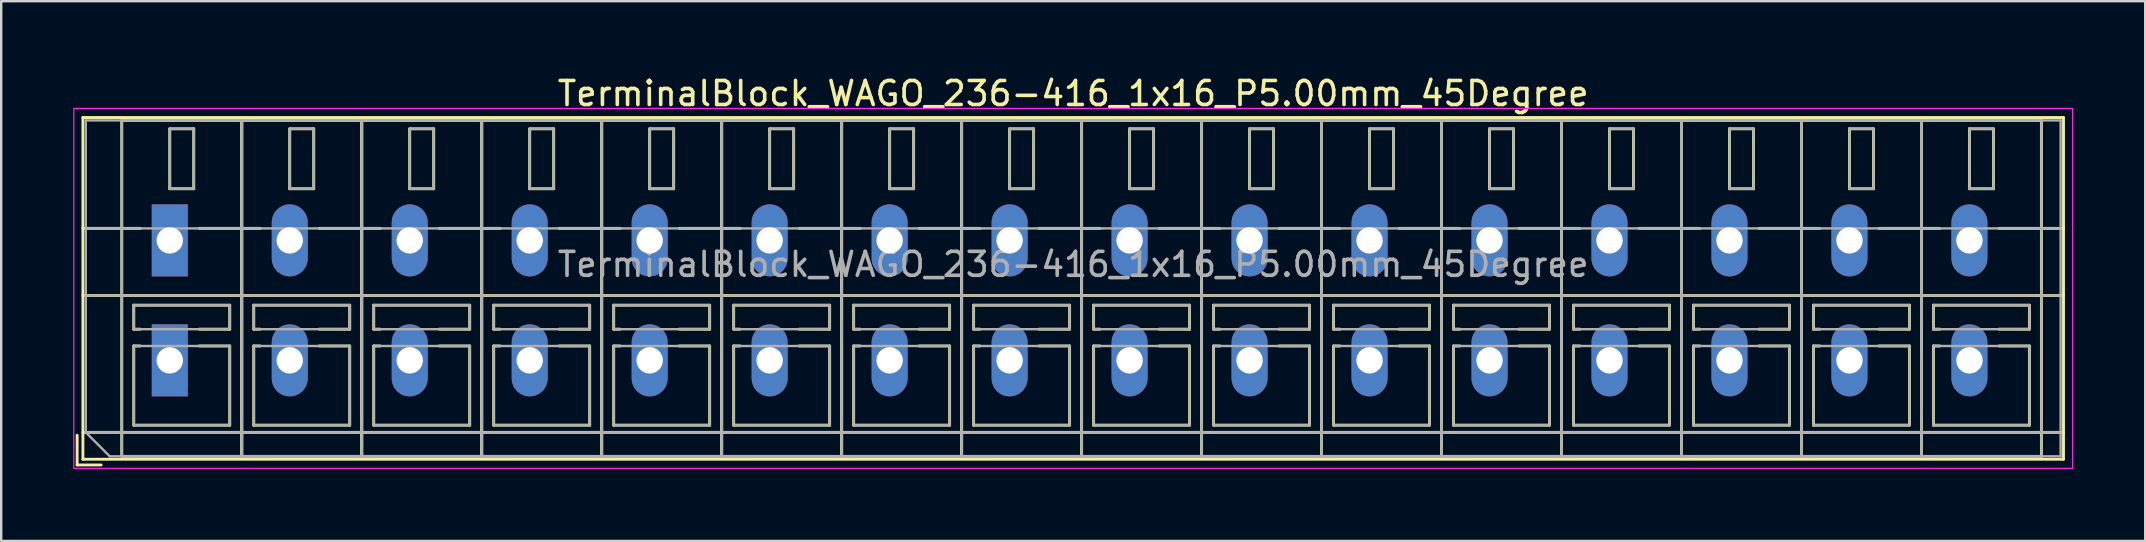
<source format=kicad_pcb>
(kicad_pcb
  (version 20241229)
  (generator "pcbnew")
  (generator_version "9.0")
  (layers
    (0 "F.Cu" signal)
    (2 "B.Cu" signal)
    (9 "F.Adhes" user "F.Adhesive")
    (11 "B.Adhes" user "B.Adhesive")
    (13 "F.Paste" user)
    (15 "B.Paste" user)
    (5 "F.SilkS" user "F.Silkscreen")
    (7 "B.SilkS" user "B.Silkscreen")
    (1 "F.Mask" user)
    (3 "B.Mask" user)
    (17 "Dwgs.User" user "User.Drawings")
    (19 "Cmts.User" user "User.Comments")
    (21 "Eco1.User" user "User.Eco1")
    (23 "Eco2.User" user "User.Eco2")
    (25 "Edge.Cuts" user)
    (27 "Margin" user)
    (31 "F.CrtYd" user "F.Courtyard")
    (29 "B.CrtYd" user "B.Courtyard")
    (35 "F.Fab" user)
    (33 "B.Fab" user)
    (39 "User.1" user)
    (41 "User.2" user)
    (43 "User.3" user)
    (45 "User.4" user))
  (footprint "TerminalBlock_WAGO_236-416_1x16_P5.00mm_45Degree"
    (layer "F.Cu")
    (at 4.025 6.968)
    (property "Reference" "TerminalBlock_WAGO_236-416_1x16_P5.00mm_45Degree" (at 37.65 -6.12 0) (layer "F.SilkS") (effects (font (size 1 1) (thickness 0.15))))
    (attr through_hole)
    (fp_line (start -3.86 8.12) (end -3.86 9.36) (stroke (width 0.12) (type solid)) (layer "F.SilkS"))
    (fp_line (start -3.86 9.36) (end -2.86 9.36) (stroke (width 0.12) (type solid)) (layer "F.SilkS"))
    (fp_line (start -3.62 -5.12) (end -3.62 9.12) (stroke (width 0.12) (type solid)) (layer "F.SilkS"))
    (fp_line (start -3.62 -5.12) (end 78.92 -5.12) (stroke (width 0.12) (type solid)) (layer "F.SilkS"))
    (fp_line (start -3.62 -0.5) (end -1.23 -0.5) (stroke (width 0.12) (type solid)) (layer "F.SilkS"))
    (fp_line (start -3.62 2.3) (end 78.92 2.3) (stroke (width 0.12) (type solid)) (layer "F.SilkS"))
    (fp_line (start -3.62 8) (end 78.92 8) (stroke (width 0.12) (type solid)) (layer "F.SilkS"))
    (fp_line (start -3.62 9.12) (end 78.92 9.12) (stroke (width 0.12) (type solid)) (layer "F.SilkS"))
    (fp_line (start -2 -5) (end -2 9) (stroke (width 0.12) (type solid)) (layer "F.SilkS"))
    (fp_line (start -2 -5) (end 3 -5) (stroke (width 0.12) (type solid)) (layer "F.SilkS"))
    (fp_line (start -2 9) (end 3 9) (stroke (width 0.12) (type solid)) (layer "F.SilkS"))
    (fp_line (start -1.5 2.7) (end -1.5 3.7) (stroke (width 0.12) (type solid)) (layer "F.SilkS"))
    (fp_line (start -1.5 2.7) (end 2.5 2.7) (stroke (width 0.12) (type solid)) (layer "F.SilkS"))
    (fp_line (start -1.5 3.7) (end -1.23 3.7) (stroke (width 0.12) (type solid)) (layer "F.SilkS"))
    (fp_line (start -1.5 4.4) (end -1.5 7.7) (stroke (width 0.12) (type solid)) (layer "F.SilkS"))
    (fp_line (start -1.5 4.4) (end -1.23 4.4) (stroke (width 0.12) (type solid)) (layer "F.SilkS"))
    (fp_line (start -1.5 7.7) (end 2.5 7.7) (stroke (width 0.12) (type solid)) (layer "F.SilkS"))
    (fp_line (start 0 -4.65) (end 0 -2.151) (stroke (width 0.12) (type solid)) (layer "F.SilkS"))
    (fp_line (start 0 -4.65) (end 1 -4.65) (stroke (width 0.12) (type solid)) (layer "F.SilkS"))
    (fp_line (start 0 -2.151) (end 1 -2.151) (stroke (width 0.12) (type solid)) (layer "F.SilkS"))
    (fp_line (start 1 -4.65) (end 1 -2.151) (stroke (width 0.12) (type solid)) (layer "F.SilkS"))
    (fp_line (start 1.23 -0.5) (end 3.77 -0.5) (stroke (width 0.12) (type solid)) (layer "F.SilkS"))
    (fp_line (start 1.23 3.7) (end 2.5 3.7) (stroke (width 0.12) (type solid)) (layer "F.SilkS"))
    (fp_line (start 1.23 4.4) (end 2.5 4.4) (stroke (width 0.12) (type solid)) (layer "F.SilkS"))
    (fp_line (start 2.5 2.7) (end 2.5 3.7) (stroke (width 0.12) (type solid)) (layer "F.SilkS"))
    (fp_line (start 2.5 4.4) (end 2.5 7.7) (stroke (width 0.12) (type solid)) (layer "F.SilkS"))
    (fp_line (start 3 -5) (end 3 9) (stroke (width 0.12) (type solid)) (layer "F.SilkS"))
    (fp_line (start 3 -5) (end 3 9) (stroke (width 0.12) (type solid)) (layer "F.SilkS"))
    (fp_line (start 3 -5) (end 8 -5) (stroke (width 0.12) (type solid)) (layer "F.SilkS"))
    (fp_line (start 3 9) (end 8 9) (stroke (width 0.12) (type solid)) (layer "F.SilkS"))
    (fp_line (start 3.5 2.7) (end 3.5 3.7) (stroke (width 0.12) (type solid)) (layer "F.SilkS"))
    (fp_line (start 3.5 2.7) (end 7.5 2.7) (stroke (width 0.12) (type solid)) (layer "F.SilkS"))
    (fp_line (start 3.5 3.7) (end 3.77 3.7) (stroke (width 0.12) (type solid)) (layer "F.SilkS"))
    (fp_line (start 3.5 4.4) (end 3.5 7.7) (stroke (width 0.12) (type solid)) (layer "F.SilkS"))
    (fp_line (start 3.5 4.4) (end 3.77 4.4) (stroke (width 0.12) (type solid)) (layer "F.SilkS"))
    (fp_line (start 3.5 7.7) (end 7.5 7.7) (stroke (width 0.12) (type solid)) (layer "F.SilkS"))
    (fp_line (start 5 -4.65) (end 5 -2.151) (stroke (width 0.12) (type solid)) (layer "F.SilkS"))
    (fp_line (start 5 -4.65) (end 6 -4.65) (stroke (width 0.12) (type solid)) (layer "F.SilkS"))
    (fp_line (start 5 -2.151) (end 6 -2.151) (stroke (width 0.12) (type solid)) (layer "F.SilkS"))
    (fp_line (start 6 -4.65) (end 6 -2.151) (stroke (width 0.12) (type solid)) (layer "F.SilkS"))
    (fp_line (start 6.23 -0.5) (end 8.77 -0.5) (stroke (width 0.12) (type solid)) (layer "F.SilkS"))
    (fp_line (start 6.23 3.7) (end 7.5 3.7) (stroke (width 0.12) (type solid)) (layer "F.SilkS"))
    (fp_line (start 6.23 4.4) (end 7.5 4.4) (stroke (width 0.12) (type solid)) (layer "F.SilkS"))
    (fp_line (start 7.5 2.7) (end 7.5 3.7) (stroke (width 0.12) (type solid)) (layer "F.SilkS"))
    (fp_line (start 7.5 4.4) (end 7.5 7.7) (stroke (width 0.12) (type solid)) (layer "F.SilkS"))
    (fp_line (start 8 -5) (end 8 9) (stroke (width 0.12) (type solid)) (layer "F.SilkS"))
    (fp_line (start 8 -5) (end 8 9) (stroke (width 0.12) (type solid)) (layer "F.SilkS"))
    (fp_line (start 8 -5) (end 13 -5) (stroke (width 0.12) (type solid)) (layer "F.SilkS"))
    (fp_line (start 8 9) (end 13 9) (stroke (width 0.12) (type solid)) (layer "F.SilkS"))
    (fp_line (start 8.5 2.7) (end 8.5 3.7) (stroke (width 0.12) (type solid)) (layer "F.SilkS"))
    (fp_line (start 8.5 2.7) (end 12.5 2.7) (stroke (width 0.12) (type solid)) (layer "F.SilkS"))
    (fp_line (start 8.5 3.7) (end 8.77 3.7) (stroke (width 0.12) (type solid)) (layer "F.SilkS"))
    (fp_line (start 8.5 4.4) (end 8.5 7.7) (stroke (width 0.12) (type solid)) (layer "F.SilkS"))
    (fp_line (start 8.5 4.4) (end 8.77 4.4) (stroke (width 0.12) (type solid)) (layer "F.SilkS"))
    (fp_line (start 8.5 7.7) (end 12.5 7.7) (stroke (width 0.12) (type solid)) (layer "F.SilkS"))
    (fp_line (start 10 -4.65) (end 10 -2.151) (stroke (width 0.12) (type solid)) (layer "F.SilkS"))
    (fp_line (start 10 -4.65) (end 11 -4.65) (stroke (width 0.12) (type solid)) (layer "F.SilkS"))
    (fp_line (start 10 -2.151) (end 11 -2.151) (stroke (width 0.12) (type solid)) (layer "F.SilkS"))
    (fp_line (start 11 -4.65) (end 11 -2.151) (stroke (width 0.12) (type solid)) (layer "F.SilkS"))
    (fp_line (start 11.23 -0.5) (end 13.77 -0.5) (stroke (width 0.12) (type solid)) (layer "F.SilkS"))
    (fp_line (start 11.23 3.7) (end 12.5 3.7) (stroke (width 0.12) (type solid)) (layer "F.SilkS"))
    (fp_line (start 11.23 4.4) (end 12.5 4.4) (stroke (width 0.12) (type solid)) (layer "F.SilkS"))
    (fp_line (start 12.5 2.7) (end 12.5 3.7) (stroke (width 0.12) (type solid)) (layer "F.SilkS"))
    (fp_line (start 12.5 4.4) (end 12.5 7.7) (stroke (width 0.12) (type solid)) (layer "F.SilkS"))
    (fp_line (start 13 -5) (end 13 9) (stroke (width 0.12) (type solid)) (layer "F.SilkS"))
    (fp_line (start 13 -5) (end 13 9) (stroke (width 0.12) (type solid)) (layer "F.SilkS"))
    (fp_line (start 13 -5) (end 18 -5) (stroke (width 0.12) (type solid)) (layer "F.SilkS"))
    (fp_line (start 13 9) (end 18 9) (stroke (width 0.12) (type solid)) (layer "F.SilkS"))
    (fp_line (start 13.5 2.7) (end 13.5 3.7) (stroke (width 0.12) (type solid)) (layer "F.SilkS"))
    (fp_line (start 13.5 2.7) (end 17.5 2.7) (stroke (width 0.12) (type solid)) (layer "F.SilkS"))
    (fp_line (start 13.5 3.7) (end 13.77 3.7) (stroke (width 0.12) (type solid)) (layer "F.SilkS"))
    (fp_line (start 13.5 4.4) (end 13.5 7.7) (stroke (width 0.12) (type solid)) (layer "F.SilkS"))
    (fp_line (start 13.5 4.4) (end 13.77 4.4) (stroke (width 0.12) (type solid)) (layer "F.SilkS"))
    (fp_line (start 13.5 7.7) (end 17.5 7.7) (stroke (width 0.12) (type solid)) (layer "F.SilkS"))
    (fp_line (start 15 -4.65) (end 15 -2.151) (stroke (width 0.12) (type solid)) (layer "F.SilkS"))
    (fp_line (start 15 -4.65) (end 16 -4.65) (stroke (width 0.12) (type solid)) (layer "F.SilkS"))
    (fp_line (start 15 -2.151) (end 16 -2.151) (stroke (width 0.12) (type solid)) (layer "F.SilkS"))
    (fp_line (start 16 -4.65) (end 16 -2.151) (stroke (width 0.12) (type solid)) (layer "F.SilkS"))
    (fp_line (start 16.23 -0.5) (end 18.77 -0.5) (stroke (width 0.12) (type solid)) (layer "F.SilkS"))
    (fp_line (start 16.23 3.7) (end 17.5 3.7) (stroke (width 0.12) (type solid)) (layer "F.SilkS"))
    (fp_line (start 16.23 4.4) (end 17.5 4.4) (stroke (width 0.12) (type solid)) (layer "F.SilkS"))
    (fp_line (start 17.5 2.7) (end 17.5 3.7) (stroke (width 0.12) (type solid)) (layer "F.SilkS"))
    (fp_line (start 17.5 4.4) (end 17.5 7.7) (stroke (width 0.12) (type solid)) (layer "F.SilkS"))
    (fp_line (start 18 -5) (end 18 9) (stroke (width 0.12) (type solid)) (layer "F.SilkS"))
    (fp_line (start 18 -5) (end 18 9) (stroke (width 0.12) (type solid)) (layer "F.SilkS"))
    (fp_line (start 18 -5) (end 23 -5) (stroke (width 0.12) (type solid)) (layer "F.SilkS"))
    (fp_line (start 18 9) (end 23 9) (stroke (width 0.12) (type solid)) (layer "F.SilkS"))
    (fp_line (start 18.5 2.7) (end 18.5 3.7) (stroke (width 0.12) (type solid)) (layer "F.SilkS"))
    (fp_line (start 18.5 2.7) (end 22.5 2.7) (stroke (width 0.12) (type solid)) (layer "F.SilkS"))
    (fp_line (start 18.5 3.7) (end 18.77 3.7) (stroke (width 0.12) (type solid)) (layer "F.SilkS"))
    (fp_line (start 18.5 4.4) (end 18.5 7.7) (stroke (width 0.12) (type solid)) (layer "F.SilkS"))
    (fp_line (start 18.5 4.4) (end 18.77 4.4) (stroke (width 0.12) (type solid)) (layer "F.SilkS"))
    (fp_line (start 18.5 7.7) (end 22.5 7.7) (stroke (width 0.12) (type solid)) (layer "F.SilkS"))
    (fp_line (start 20 -4.65) (end 20 -2.151) (stroke (width 0.12) (type solid)) (layer "F.SilkS"))
    (fp_line (start 20 -4.65) (end 21 -4.65) (stroke (width 0.12) (type solid)) (layer "F.SilkS"))
    (fp_line (start 20 -2.151) (end 21 -2.151) (stroke (width 0.12) (type solid)) (layer "F.SilkS"))
    (fp_line (start 21 -4.65) (end 21 -2.151) (stroke (width 0.12) (type solid)) (layer "F.SilkS"))
    (fp_line (start 21.23 -0.5) (end 23.77 -0.5) (stroke (width 0.12) (type solid)) (layer "F.SilkS"))
    (fp_line (start 21.23 3.7) (end 22.5 3.7) (stroke (width 0.12) (type solid)) (layer "F.SilkS"))
    (fp_line (start 21.23 4.4) (end 22.5 4.4) (stroke (width 0.12) (type solid)) (layer "F.SilkS"))
    (fp_line (start 22.5 2.7) (end 22.5 3.7) (stroke (width 0.12) (type solid)) (layer "F.SilkS"))
    (fp_line (start 22.5 4.4) (end 22.5 7.7) (stroke (width 0.12) (type solid)) (layer "F.SilkS"))
    (fp_line (start 23 -5) (end 23 9) (stroke (width 0.12) (type solid)) (layer "F.SilkS"))
    (fp_line (start 23 -5) (end 23 9) (stroke (width 0.12) (type solid)) (layer "F.SilkS"))
    (fp_line (start 23 -5) (end 28 -5) (stroke (width 0.12) (type solid)) (layer "F.SilkS"))
    (fp_line (start 23 9) (end 28 9) (stroke (width 0.12) (type solid)) (layer "F.SilkS"))
    (fp_line (start 23.5 2.7) (end 23.5 3.7) (stroke (width 0.12) (type solid)) (layer "F.SilkS"))
    (fp_line (start 23.5 2.7) (end 27.5 2.7) (stroke (width 0.12) (type solid)) (layer "F.SilkS"))
    (fp_line (start 23.5 3.7) (end 23.77 3.7) (stroke (width 0.12) (type solid)) (layer "F.SilkS"))
    (fp_line (start 23.5 4.4) (end 23.5 7.7) (stroke (width 0.12) (type solid)) (layer "F.SilkS"))
    (fp_line (start 23.5 4.4) (end 23.77 4.4) (stroke (width 0.12) (type solid)) (layer "F.SilkS"))
    (fp_line (start 23.5 7.7) (end 27.5 7.7) (stroke (width 0.12) (type solid)) (layer "F.SilkS"))
    (fp_line (start 25 -4.65) (end 25 -2.151) (stroke (width 0.12) (type solid)) (layer "F.SilkS"))
    (fp_line (start 25 -4.65) (end 26 -4.65) (stroke (width 0.12) (type solid)) (layer "F.SilkS"))
    (fp_line (start 25 -2.151) (end 26 -2.151) (stroke (width 0.12) (type solid)) (layer "F.SilkS"))
    (fp_line (start 26 -4.65) (end 26 -2.151) (stroke (width 0.12) (type solid)) (layer "F.SilkS"))
    (fp_line (start 26.23 -0.5) (end 28.77 -0.5) (stroke (width 0.12) (type solid)) (layer "F.SilkS"))
    (fp_line (start 26.23 3.7) (end 27.5 3.7) (stroke (width 0.12) (type solid)) (layer "F.SilkS"))
    (fp_line (start 26.23 4.4) (end 27.5 4.4) (stroke (width 0.12) (type solid)) (layer "F.SilkS"))
    (fp_line (start 27.5 2.7) (end 27.5 3.7) (stroke (width 0.12) (type solid)) (layer "F.SilkS"))
    (fp_line (start 27.5 4.4) (end 27.5 7.7) (stroke (width 0.12) (type solid)) (layer "F.SilkS"))
    (fp_line (start 28 -5) (end 28 9) (stroke (width 0.12) (type solid)) (layer "F.SilkS"))
    (fp_line (start 28 -5) (end 28 9) (stroke (width 0.12) (type solid)) (layer "F.SilkS"))
    (fp_line (start 28 -5) (end 33 -5) (stroke (width 0.12) (type solid)) (layer "F.SilkS"))
    (fp_line (start 28 9) (end 33 9) (stroke (width 0.12) (type solid)) (layer "F.SilkS"))
    (fp_line (start 28.5 2.7) (end 28.5 3.7) (stroke (width 0.12) (type solid)) (layer "F.SilkS"))
    (fp_line (start 28.5 2.7) (end 32.5 2.7) (stroke (width 0.12) (type solid)) (layer "F.SilkS"))
    (fp_line (start 28.5 3.7) (end 28.77 3.7) (stroke (width 0.12) (type solid)) (layer "F.SilkS"))
    (fp_line (start 28.5 4.4) (end 28.5 7.7) (stroke (width 0.12) (type solid)) (layer "F.SilkS"))
    (fp_line (start 28.5 4.4) (end 28.77 4.4) (stroke (width 0.12) (type solid)) (layer "F.SilkS"))
    (fp_line (start 28.5 7.7) (end 32.5 7.7) (stroke (width 0.12) (type solid)) (layer "F.SilkS"))
    (fp_line (start 30 -4.65) (end 30 -2.151) (stroke (width 0.12) (type solid)) (layer "F.SilkS"))
    (fp_line (start 30 -4.65) (end 31 -4.65) (stroke (width 0.12) (type solid)) (layer "F.SilkS"))
    (fp_line (start 30 -2.151) (end 31 -2.151) (stroke (width 0.12) (type solid)) (layer "F.SilkS"))
    (fp_line (start 31 -4.65) (end 31 -2.151) (stroke (width 0.12) (type solid)) (layer "F.SilkS"))
    (fp_line (start 31.23 -0.5) (end 33.77 -0.5) (stroke (width 0.12) (type solid)) (layer "F.SilkS"))
    (fp_line (start 31.23 3.7) (end 32.5 3.7) (stroke (width 0.12) (type solid)) (layer "F.SilkS"))
    (fp_line (start 31.23 4.4) (end 32.5 4.4) (stroke (width 0.12) (type solid)) (layer "F.SilkS"))
    (fp_line (start 32.5 2.7) (end 32.5 3.7) (stroke (width 0.12) (type solid)) (layer "F.SilkS"))
    (fp_line (start 32.5 4.4) (end 32.5 7.7) (stroke (width 0.12) (type solid)) (layer "F.SilkS"))
    (fp_line (start 33 -5) (end 33 9) (stroke (width 0.12) (type solid)) (layer "F.SilkS"))
    (fp_line (start 33 -5) (end 33 9) (stroke (width 0.12) (type solid)) (layer "F.SilkS"))
    (fp_line (start 33 -5) (end 38 -5) (stroke (width 0.12) (type solid)) (layer "F.SilkS"))
    (fp_line (start 33 9) (end 38 9) (stroke (width 0.12) (type solid)) (layer "F.SilkS"))
    (fp_line (start 33.5 2.7) (end 33.5 3.7) (stroke (width 0.12) (type solid)) (layer "F.SilkS"))
    (fp_line (start 33.5 2.7) (end 37.5 2.7) (stroke (width 0.12) (type solid)) (layer "F.SilkS"))
    (fp_line (start 33.5 3.7) (end 33.77 3.7) (stroke (width 0.12) (type solid)) (layer "F.SilkS"))
    (fp_line (start 33.5 4.4) (end 33.5 7.7) (stroke (width 0.12) (type solid)) (layer "F.SilkS"))
    (fp_line (start 33.5 4.4) (end 33.77 4.4) (stroke (width 0.12) (type solid)) (layer "F.SilkS"))
    (fp_line (start 33.5 7.7) (end 37.5 7.7) (stroke (width 0.12) (type solid)) (layer "F.SilkS"))
    (fp_line (start 35 -4.65) (end 35 -2.151) (stroke (width 0.12) (type solid)) (layer "F.SilkS"))
    (fp_line (start 35 -4.65) (end 36 -4.65) (stroke (width 0.12) (type solid)) (layer "F.SilkS"))
    (fp_line (start 35 -2.151) (end 36 -2.151) (stroke (width 0.12) (type solid)) (layer "F.SilkS"))
    (fp_line (start 36 -4.65) (end 36 -2.151) (stroke (width 0.12) (type solid)) (layer "F.SilkS"))
    (fp_line (start 36.23 -0.5) (end 38.77 -0.5) (stroke (width 0.12) (type solid)) (layer "F.SilkS"))
    (fp_line (start 36.23 3.7) (end 37.5 3.7) (stroke (width 0.12) (type solid)) (layer "F.SilkS"))
    (fp_line (start 36.23 4.4) (end 37.5 4.4) (stroke (width 0.12) (type solid)) (layer "F.SilkS"))
    (fp_line (start 37.5 2.7) (end 37.5 3.7) (stroke (width 0.12) (type solid)) (layer "F.SilkS"))
    (fp_line (start 37.5 4.4) (end 37.5 7.7) (stroke (width 0.12) (type solid)) (layer "F.SilkS"))
    (fp_line (start 38 -5) (end 38 9) (stroke (width 0.12) (type solid)) (layer "F.SilkS"))
    (fp_line (start 38 -5) (end 38 9) (stroke (width 0.12) (type solid)) (layer "F.SilkS"))
    (fp_line (start 38 -5) (end 43 -5) (stroke (width 0.12) (type solid)) (layer "F.SilkS"))
    (fp_line (start 38 9) (end 43 9) (stroke (width 0.12) (type solid)) (layer "F.SilkS"))
    (fp_line (start 38.5 2.7) (end 38.5 3.7) (stroke (width 0.12) (type solid)) (layer "F.SilkS"))
    (fp_line (start 38.5 2.7) (end 42.5 2.7) (stroke (width 0.12) (type solid)) (layer "F.SilkS"))
    (fp_line (start 38.5 3.7) (end 38.77 3.7) (stroke (width 0.12) (type solid)) (layer "F.SilkS"))
    (fp_line (start 38.5 4.4) (end 38.5 7.7) (stroke (width 0.12) (type solid)) (layer "F.SilkS"))
    (fp_line (start 38.5 4.4) (end 38.77 4.4) (stroke (width 0.12) (type solid)) (layer "F.SilkS"))
    (fp_line (start 38.5 7.7) (end 42.5 7.7) (stroke (width 0.12) (type solid)) (layer "F.SilkS"))
    (fp_line (start 40 -4.65) (end 40 -2.151) (stroke (width 0.12) (type solid)) (layer "F.SilkS"))
    (fp_line (start 40 -4.65) (end 41 -4.65) (stroke (width 0.12) (type solid)) (layer "F.SilkS"))
    (fp_line (start 40 -2.151) (end 41 -2.151) (stroke (width 0.12) (type solid)) (layer "F.SilkS"))
    (fp_line (start 41 -4.65) (end 41 -2.151) (stroke (width 0.12) (type solid)) (layer "F.SilkS"))
    (fp_line (start 41.23 -0.5) (end 43.77 -0.5) (stroke (width 0.12) (type solid)) (layer "F.SilkS"))
    (fp_line (start 41.23 3.7) (end 42.5 3.7) (stroke (width 0.12) (type solid)) (layer "F.SilkS"))
    (fp_line (start 41.23 4.4) (end 42.5 4.4) (stroke (width 0.12) (type solid)) (layer "F.SilkS"))
    (fp_line (start 42.5 2.7) (end 42.5 3.7) (stroke (width 0.12) (type solid)) (layer "F.SilkS"))
    (fp_line (start 42.5 4.4) (end 42.5 7.7) (stroke (width 0.12) (type solid)) (layer "F.SilkS"))
    (fp_line (start 43 -5) (end 43 9) (stroke (width 0.12) (type solid)) (layer "F.SilkS"))
    (fp_line (start 43 -5) (end 43 9) (stroke (width 0.12) (type solid)) (layer "F.SilkS"))
    (fp_line (start 43 -5) (end 48 -5) (stroke (width 0.12) (type solid)) (layer "F.SilkS"))
    (fp_line (start 43 9) (end 48 9) (stroke (width 0.12) (type solid)) (layer "F.SilkS"))
    (fp_line (start 43.5 2.7) (end 43.5 3.7) (stroke (width 0.12) (type solid)) (layer "F.SilkS"))
    (fp_line (start 43.5 2.7) (end 47.5 2.7) (stroke (width 0.12) (type solid)) (layer "F.SilkS"))
    (fp_line (start 43.5 3.7) (end 43.77 3.7) (stroke (width 0.12) (type solid)) (layer "F.SilkS"))
    (fp_line (start 43.5 4.4) (end 43.5 7.7) (stroke (width 0.12) (type solid)) (layer "F.SilkS"))
    (fp_line (start 43.5 4.4) (end 43.77 4.4) (stroke (width 0.12) (type solid)) (layer "F.SilkS"))
    (fp_line (start 43.5 7.7) (end 47.5 7.7) (stroke (width 0.12) (type solid)) (layer "F.SilkS"))
    (fp_line (start 45 -4.65) (end 45 -2.151) (stroke (width 0.12) (type solid)) (layer "F.SilkS"))
    (fp_line (start 45 -4.65) (end 46 -4.65) (stroke (width 0.12) (type solid)) (layer "F.SilkS"))
    (fp_line (start 45 -2.151) (end 46 -2.151) (stroke (width 0.12) (type solid)) (layer "F.SilkS"))
    (fp_line (start 46 -4.65) (end 46 -2.151) (stroke (width 0.12) (type solid)) (layer "F.SilkS"))
    (fp_line (start 46.23 -0.5) (end 48.77 -0.5) (stroke (width 0.12) (type solid)) (layer "F.SilkS"))
    (fp_line (start 46.23 3.7) (end 47.5 3.7) (stroke (width 0.12) (type solid)) (layer "F.SilkS"))
    (fp_line (start 46.23 4.4) (end 47.5 4.4) (stroke (width 0.12) (type solid)) (layer "F.SilkS"))
    (fp_line (start 47.5 2.7) (end 47.5 3.7) (stroke (width 0.12) (type solid)) (layer "F.SilkS"))
    (fp_line (start 47.5 4.4) (end 47.5 7.7) (stroke (width 0.12) (type solid)) (layer "F.SilkS"))
    (fp_line (start 48 -5) (end 48 9) (stroke (width 0.12) (type solid)) (layer "F.SilkS"))
    (fp_line (start 48 -5) (end 48 9) (stroke (width 0.12) (type solid)) (layer "F.SilkS"))
    (fp_line (start 48 -5) (end 53 -5) (stroke (width 0.12) (type solid)) (layer "F.SilkS"))
    (fp_line (start 48 9) (end 53 9) (stroke (width 0.12) (type solid)) (layer "F.SilkS"))
    (fp_line (start 48.5 2.7) (end 48.5 3.7) (stroke (width 0.12) (type solid)) (layer "F.SilkS"))
    (fp_line (start 48.5 2.7) (end 52.5 2.7) (stroke (width 0.12) (type solid)) (layer "F.SilkS"))
    (fp_line (start 48.5 3.7) (end 48.77 3.7) (stroke (width 0.12) (type solid)) (layer "F.SilkS"))
    (fp_line (start 48.5 4.4) (end 48.5 7.7) (stroke (width 0.12) (type solid)) (layer "F.SilkS"))
    (fp_line (start 48.5 4.4) (end 48.77 4.4) (stroke (width 0.12) (type solid)) (layer "F.SilkS"))
    (fp_line (start 48.5 7.7) (end 52.5 7.7) (stroke (width 0.12) (type solid)) (layer "F.SilkS"))
    (fp_line (start 50 -4.65) (end 50 -2.151) (stroke (width 0.12) (type solid)) (layer "F.SilkS"))
    (fp_line (start 50 -4.65) (end 51 -4.65) (stroke (width 0.12) (type solid)) (layer "F.SilkS"))
    (fp_line (start 50 -2.151) (end 51 -2.151) (stroke (width 0.12) (type solid)) (layer "F.SilkS"))
    (fp_line (start 51 -4.65) (end 51 -2.151) (stroke (width 0.12) (type solid)) (layer "F.SilkS"))
    (fp_line (start 51.23 -0.5) (end 53.77 -0.5) (stroke (width 0.12) (type solid)) (layer "F.SilkS"))
    (fp_line (start 51.23 3.7) (end 52.5 3.7) (stroke (width 0.12) (type solid)) (layer "F.SilkS"))
    (fp_line (start 51.23 4.4) (end 52.5 4.4) (stroke (width 0.12) (type solid)) (layer "F.SilkS"))
    (fp_line (start 52.5 2.7) (end 52.5 3.7) (stroke (width 0.12) (type solid)) (layer "F.SilkS"))
    (fp_line (start 52.5 4.4) (end 52.5 7.7) (stroke (width 0.12) (type solid)) (layer "F.SilkS"))
    (fp_line (start 53 -5) (end 53 9) (stroke (width 0.12) (type solid)) (layer "F.SilkS"))
    (fp_line (start 53 -5) (end 53 9) (stroke (width 0.12) (type solid)) (layer "F.SilkS"))
    (fp_line (start 53 -5) (end 58 -5) (stroke (width 0.12) (type solid)) (layer "F.SilkS"))
    (fp_line (start 53 9) (end 58 9) (stroke (width 0.12) (type solid)) (layer "F.SilkS"))
    (fp_line (start 53.5 2.7) (end 53.5 3.7) (stroke (width 0.12) (type solid)) (layer "F.SilkS"))
    (fp_line (start 53.5 2.7) (end 57.5 2.7) (stroke (width 0.12) (type solid)) (layer "F.SilkS"))
    (fp_line (start 53.5 3.7) (end 53.77 3.7) (stroke (width 0.12) (type solid)) (layer "F.SilkS"))
    (fp_line (start 53.5 4.4) (end 53.5 7.7) (stroke (width 0.12) (type solid)) (layer "F.SilkS"))
    (fp_line (start 53.5 4.4) (end 53.77 4.4) (stroke (width 0.12) (type solid)) (layer "F.SilkS"))
    (fp_line (start 53.5 7.7) (end 57.5 7.7) (stroke (width 0.12) (type solid)) (layer "F.SilkS"))
    (fp_line (start 55 -4.65) (end 55 -2.151) (stroke (width 0.12) (type solid)) (layer "F.SilkS"))
    (fp_line (start 55 -4.65) (end 56 -4.65) (stroke (width 0.12) (type solid)) (layer "F.SilkS"))
    (fp_line (start 55 -2.151) (end 56 -2.151) (stroke (width 0.12) (type solid)) (layer "F.SilkS"))
    (fp_line (start 56 -4.65) (end 56 -2.151) (stroke (width 0.12) (type solid)) (layer "F.SilkS"))
    (fp_line (start 56.23 -0.5) (end 58.77 -0.5) (stroke (width 0.12) (type solid)) (layer "F.SilkS"))
    (fp_line (start 56.23 3.7) (end 57.5 3.7) (stroke (width 0.12) (type solid)) (layer "F.SilkS"))
    (fp_line (start 56.23 4.4) (end 57.5 4.4) (stroke (width 0.12) (type solid)) (layer "F.SilkS"))
    (fp_line (start 57.5 2.7) (end 57.5 3.7) (stroke (width 0.12) (type solid)) (layer "F.SilkS"))
    (fp_line (start 57.5 4.4) (end 57.5 7.7) (stroke (width 0.12) (type solid)) (layer "F.SilkS"))
    (fp_line (start 58 -5) (end 58 9) (stroke (width 0.12) (type solid)) (layer "F.SilkS"))
    (fp_line (start 58 -5) (end 58 9) (stroke (width 0.12) (type solid)) (layer "F.SilkS"))
    (fp_line (start 58 -5) (end 63 -5) (stroke (width 0.12) (type solid)) (layer "F.SilkS"))
    (fp_line (start 58 9) (end 63 9) (stroke (width 0.12) (type solid)) (layer "F.SilkS"))
    (fp_line (start 58.5 2.7) (end 58.5 3.7) (stroke (width 0.12) (type solid)) (layer "F.SilkS"))
    (fp_line (start 58.5 2.7) (end 62.5 2.7) (stroke (width 0.12) (type solid)) (layer "F.SilkS"))
    (fp_line (start 58.5 3.7) (end 58.77 3.7) (stroke (width 0.12) (type solid)) (layer "F.SilkS"))
    (fp_line (start 58.5 4.4) (end 58.5 7.7) (stroke (width 0.12) (type solid)) (layer "F.SilkS"))
    (fp_line (start 58.5 4.4) (end 58.77 4.4) (stroke (width 0.12) (type solid)) (layer "F.SilkS"))
    (fp_line (start 58.5 7.7) (end 62.5 7.7) (stroke (width 0.12) (type solid)) (layer "F.SilkS"))
    (fp_line (start 60 -4.65) (end 60 -2.151) (stroke (width 0.12) (type solid)) (layer "F.SilkS"))
    (fp_line (start 60 -4.65) (end 61 -4.65) (stroke (width 0.12) (type solid)) (layer "F.SilkS"))
    (fp_line (start 60 -2.151) (end 61 -2.151) (stroke (width 0.12) (type solid)) (layer "F.SilkS"))
    (fp_line (start 61 -4.65) (end 61 -2.151) (stroke (width 0.12) (type solid)) (layer "F.SilkS"))
    (fp_line (start 61.23 -0.5) (end 63.77 -0.5) (stroke (width 0.12) (type solid)) (layer "F.SilkS"))
    (fp_line (start 61.23 3.7) (end 62.5 3.7) (stroke (width 0.12) (type solid)) (layer "F.SilkS"))
    (fp_line (start 61.23 4.4) (end 62.5 4.4) (stroke (width 0.12) (type solid)) (layer "F.SilkS"))
    (fp_line (start 62.5 2.7) (end 62.5 3.7) (stroke (width 0.12) (type solid)) (layer "F.SilkS"))
    (fp_line (start 62.5 4.4) (end 62.5 7.7) (stroke (width 0.12) (type solid)) (layer "F.SilkS"))
    (fp_line (start 63 -5) (end 63 9) (stroke (width 0.12) (type solid)) (layer "F.SilkS"))
    (fp_line (start 63 -5) (end 63 9) (stroke (width 0.12) (type solid)) (layer "F.SilkS"))
    (fp_line (start 63 -5) (end 68 -5) (stroke (width 0.12) (type solid)) (layer "F.SilkS"))
    (fp_line (start 63 9) (end 68 9) (stroke (width 0.12) (type solid)) (layer "F.SilkS"))
    (fp_line (start 63.5 2.7) (end 63.5 3.7) (stroke (width 0.12) (type solid)) (layer "F.SilkS"))
    (fp_line (start 63.5 2.7) (end 67.5 2.7) (stroke (width 0.12) (type solid)) (layer "F.SilkS"))
    (fp_line (start 63.5 3.7) (end 63.77 3.7) (stroke (width 0.12) (type solid)) (layer "F.SilkS"))
    (fp_line (start 63.5 4.4) (end 63.5 7.7) (stroke (width 0.12) (type solid)) (layer "F.SilkS"))
    (fp_line (start 63.5 4.4) (end 63.77 4.4) (stroke (width 0.12) (type solid)) (layer "F.SilkS"))
    (fp_line (start 63.5 7.7) (end 67.5 7.7) (stroke (width 0.12) (type solid)) (layer "F.SilkS"))
    (fp_line (start 65 -4.65) (end 65 -2.151) (stroke (width 0.12) (type solid)) (layer "F.SilkS"))
    (fp_line (start 65 -4.65) (end 66 -4.65) (stroke (width 0.12) (type solid)) (layer "F.SilkS"))
    (fp_line (start 65 -2.151) (end 66 -2.151) (stroke (width 0.12) (type solid)) (layer "F.SilkS"))
    (fp_line (start 66 -4.65) (end 66 -2.151) (stroke (width 0.12) (type solid)) (layer "F.SilkS"))
    (fp_line (start 66.23 -0.5) (end 68.77 -0.5) (stroke (width 0.12) (type solid)) (layer "F.SilkS"))
    (fp_line (start 66.23 3.7) (end 67.5 3.7) (stroke (width 0.12) (type solid)) (layer "F.SilkS"))
    (fp_line (start 66.23 4.4) (end 67.5 4.4) (stroke (width 0.12) (type solid)) (layer "F.SilkS"))
    (fp_line (start 67.5 2.7) (end 67.5 3.7) (stroke (width 0.12) (type solid)) (layer "F.SilkS"))
    (fp_line (start 67.5 4.4) (end 67.5 7.7) (stroke (width 0.12) (type solid)) (layer "F.SilkS"))
    (fp_line (start 68 -5) (end 68 9) (stroke (width 0.12) (type solid)) (layer "F.SilkS"))
    (fp_line (start 68 -5) (end 68 9) (stroke (width 0.12) (type solid)) (layer "F.SilkS"))
    (fp_line (start 68 -5) (end 73 -5) (stroke (width 0.12) (type solid)) (layer "F.SilkS"))
    (fp_line (start 68 9) (end 73 9) (stroke (width 0.12) (type solid)) (layer "F.SilkS"))
    (fp_line (start 68.5 2.7) (end 68.5 3.7) (stroke (width 0.12) (type solid)) (layer "F.SilkS"))
    (fp_line (start 68.5 2.7) (end 72.5 2.7) (stroke (width 0.12) (type solid)) (layer "F.SilkS"))
    (fp_line (start 68.5 3.7) (end 68.77 3.7) (stroke (width 0.12) (type solid)) (layer "F.SilkS"))
    (fp_line (start 68.5 4.4) (end 68.5 7.7) (stroke (width 0.12) (type solid)) (layer "F.SilkS"))
    (fp_line (start 68.5 4.4) (end 68.77 4.4) (stroke (width 0.12) (type solid)) (layer "F.SilkS"))
    (fp_line (start 68.5 7.7) (end 72.5 7.7) (stroke (width 0.12) (type solid)) (layer "F.SilkS"))
    (fp_line (start 70 -4.65) (end 70 -2.151) (stroke (width 0.12) (type solid)) (layer "F.SilkS"))
    (fp_line (start 70 -4.65) (end 71 -4.65) (stroke (width 0.12) (type solid)) (layer "F.SilkS"))
    (fp_line (start 70 -2.151) (end 71 -2.151) (stroke (width 0.12) (type solid)) (layer "F.SilkS"))
    (fp_line (start 71 -4.65) (end 71 -2.151) (stroke (width 0.12) (type solid)) (layer "F.SilkS"))
    (fp_line (start 71.23 -0.5) (end 73.77 -0.5) (stroke (width 0.12) (type solid)) (layer "F.SilkS"))
    (fp_line (start 71.23 3.7) (end 72.5 3.7) (stroke (width 0.12) (type solid)) (layer "F.SilkS"))
    (fp_line (start 71.23 4.4) (end 72.5 4.4) (stroke (width 0.12) (type solid)) (layer "F.SilkS"))
    (fp_line (start 72.5 2.7) (end 72.5 3.7) (stroke (width 0.12) (type solid)) (layer "F.SilkS"))
    (fp_line (start 72.5 4.4) (end 72.5 7.7) (stroke (width 0.12) (type solid)) (layer "F.SilkS"))
    (fp_line (start 73 -5) (end 73 9) (stroke (width 0.12) (type solid)) (layer "F.SilkS"))
    (fp_line (start 73 -5) (end 73 9) (stroke (width 0.12) (type solid)) (layer "F.SilkS"))
    (fp_line (start 73 -5) (end 78 -5) (stroke (width 0.12) (type solid)) (layer "F.SilkS"))
    (fp_line (start 73 9) (end 78 9) (stroke (width 0.12) (type solid)) (layer "F.SilkS"))
    (fp_line (start 73.5 2.7) (end 73.5 3.7) (stroke (width 0.12) (type solid)) (layer "F.SilkS"))
    (fp_line (start 73.5 2.7) (end 77.5 2.7) (stroke (width 0.12) (type solid)) (layer "F.SilkS"))
    (fp_line (start 73.5 3.7) (end 73.77 3.7) (stroke (width 0.12) (type solid)) (layer "F.SilkS"))
    (fp_line (start 73.5 4.4) (end 73.5 7.7) (stroke (width 0.12) (type solid)) (layer "F.SilkS"))
    (fp_line (start 73.5 4.4) (end 73.77 4.4) (stroke (width 0.12) (type solid)) (layer "F.SilkS"))
    (fp_line (start 73.5 7.7) (end 77.5 7.7) (stroke (width 0.12) (type solid)) (layer "F.SilkS"))
    (fp_line (start 75 -4.65) (end 75 -2.151) (stroke (width 0.12) (type solid)) (layer "F.SilkS"))
    (fp_line (start 75 -4.65) (end 76 -4.65) (stroke (width 0.12) (type solid)) (layer "F.SilkS"))
    (fp_line (start 75 -2.151) (end 76 -2.151) (stroke (width 0.12) (type solid)) (layer "F.SilkS"))
    (fp_line (start 76 -4.65) (end 76 -2.151) (stroke (width 0.12) (type solid)) (layer "F.SilkS"))
    (fp_line (start 76.23 -0.5) (end 78.92 -0.5) (stroke (width 0.12) (type solid)) (layer "F.SilkS"))
    (fp_line (start 76.23 3.7) (end 77.5 3.7) (stroke (width 0.12) (type solid)) (layer "F.SilkS"))
    (fp_line (start 76.23 4.4) (end 77.5 4.4) (stroke (width 0.12) (type solid)) (layer "F.SilkS"))
    (fp_line (start 77.5 2.7) (end 77.5 3.7) (stroke (width 0.12) (type solid)) (layer "F.SilkS"))
    (fp_line (start 77.5 4.4) (end 77.5 7.7) (stroke (width 0.12) (type solid)) (layer "F.SilkS"))
    (fp_line (start 78 -5) (end 78 9) (stroke (width 0.12) (type solid)) (layer "F.SilkS"))
    (fp_line (start 78.92 -5.12) (end 78.92 9.12) (stroke (width 0.12) (type solid)) (layer "F.SilkS"))
    (fp_line (start -4 -5.5) (end -4 9.5) (stroke (width 0.05) (type solid)) (layer "F.CrtYd"))
    (fp_line (start -4 9.5) (end 79.3 9.5) (stroke (width 0.05) (type solid)) (layer "F.CrtYd"))
    (fp_line (start 79.3 -5.5) (end -4 -5.5) (stroke (width 0.05) (type solid)) (layer "F.CrtYd"))
    (fp_line (start 79.3 9.5) (end 79.3 -5.5) (stroke (width 0.05) (type solid)) (layer "F.CrtYd"))
    (fp_line (start -3.5 -5) (end 78.8 -5) (stroke (width 0.1) (type solid)) (layer "F.Fab"))
    (fp_line (start -3.5 -0.5) (end 78.8 -0.5) (stroke (width 0.1) (type solid)) (layer "F.Fab"))
    (fp_line (start -3.5 2.3) (end 78.8 2.3) (stroke (width 0.1) (type solid)) (layer "F.Fab"))
    (fp_line (start -3.5 8) (end -3.5 -5) (stroke (width 0.1) (type solid)) (layer "F.Fab"))
    (fp_line (start -3.5 8) (end 78.8 8) (stroke (width 0.1) (type solid)) (layer "F.Fab"))
    (fp_line (start -2.5 9) (end -3.5 8) (stroke (width 0.1) (type solid)) (layer "F.Fab"))
    (fp_line (start -2 -5) (end -2 9) (stroke (width 0.1) (type solid)) (layer "F.Fab"))
    (fp_line (start -2 9) (end 3 9) (stroke (width 0.1) (type solid)) (layer "F.Fab"))
    (fp_line (start -1.5 2.7) (end -1.5 3.7) (stroke (width 0.1) (type solid)) (layer "F.Fab"))
    (fp_line (start -1.5 3.7) (end 2.5 3.7) (stroke (width 0.1) (type solid)) (layer "F.Fab"))
    (fp_line (start -1.5 4.4) (end -1.5 7.7) (stroke (width 0.1) (type solid)) (layer "F.Fab"))
    (fp_line (start -1.5 7.7) (end 2.5 7.7) (stroke (width 0.1) (type solid)) (layer "F.Fab"))
    (fp_line (start 0 -4.65) (end 0 -2.15) (stroke (width 0.1) (type solid)) (layer "F.Fab"))
    (fp_line (start 0 -2.15) (end 1 -2.15) (stroke (width 0.1) (type solid)) (layer "F.Fab"))
    (fp_line (start 1 -4.65) (end 0 -4.65) (stroke (width 0.1) (type solid)) (layer "F.Fab"))
    (fp_line (start 1 -2.15) (end 1 -4.65) (stroke (width 0.1) (type solid)) (layer "F.Fab"))
    (fp_line (start 2.5 2.7) (end -1.5 2.7) (stroke (width 0.1) (type solid)) (layer "F.Fab"))
    (fp_line (start 2.5 3.7) (end 2.5 2.7) (stroke (width 0.1) (type solid)) (layer "F.Fab"))
    (fp_line (start 2.5 4.4) (end -1.5 4.4) (stroke (width 0.1) (type solid)) (layer "F.Fab"))
    (fp_line (start 2.5 7.7) (end 2.5 4.4) (stroke (width 0.1) (type solid)) (layer "F.Fab"))
    (fp_line (start 3 -5) (end -2 -5) (stroke (width 0.1) (type solid)) (layer "F.Fab"))
    (fp_line (start 3 -5) (end 3 9) (stroke (width 0.1) (type solid)) (layer "F.Fab"))
    (fp_line (start 3 9) (end 3 -5) (stroke (width 0.1) (type solid)) (layer "F.Fab"))
    (fp_line (start 3 9) (end 8 9) (stroke (width 0.1) (type solid)) (layer "F.Fab"))
    (fp_line (start 3.5 2.7) (end 3.5 3.7) (stroke (width 0.1) (type solid)) (layer "F.Fab"))
    (fp_line (start 3.5 3.7) (end 7.5 3.7) (stroke (width 0.1) (type solid)) (layer "F.Fab"))
    (fp_line (start 3.5 4.4) (end 3.5 7.7) (stroke (width 0.1) (type solid)) (layer "F.Fab"))
    (fp_line (start 3.5 7.7) (end 7.5 7.7) (stroke (width 0.1) (type solid)) (layer "F.Fab"))
    (fp_line (start 5 -4.65) (end 5 -2.15) (stroke (width 0.1) (type solid)) (layer "F.Fab"))
    (fp_line (start 5 -2.15) (end 6 -2.15) (stroke (width 0.1) (type solid)) (layer "F.Fab"))
    (fp_line (start 6 -4.65) (end 5 -4.65) (stroke (width 0.1) (type solid)) (layer "F.Fab"))
    (fp_line (start 6 -2.15) (end 6 -4.65) (stroke (width 0.1) (type solid)) (layer "F.Fab"))
    (fp_line (start 7.5 2.7) (end 3.5 2.7) (stroke (width 0.1) (type solid)) (layer "F.Fab"))
    (fp_line (start 7.5 3.7) (end 7.5 2.7) (stroke (width 0.1) (type solid)) (layer "F.Fab"))
    (fp_line (start 7.5 4.4) (end 3.5 4.4) (stroke (width 0.1) (type solid)) (layer "F.Fab"))
    (fp_line (start 7.5 7.7) (end 7.5 4.4) (stroke (width 0.1) (type solid)) (layer "F.Fab"))
    (fp_line (start 8 -5) (end 3 -5) (stroke (width 0.1) (type solid)) (layer "F.Fab"))
    (fp_line (start 8 -5) (end 8 9) (stroke (width 0.1) (type solid)) (layer "F.Fab"))
    (fp_line (start 8 9) (end 8 -5) (stroke (width 0.1) (type solid)) (layer "F.Fab"))
    (fp_line (start 8 9) (end 13 9) (stroke (width 0.1) (type solid)) (layer "F.Fab"))
    (fp_line (start 8.5 2.7) (end 8.5 3.7) (stroke (width 0.1) (type solid)) (layer "F.Fab"))
    (fp_line (start 8.5 3.7) (end 12.5 3.7) (stroke (width 0.1) (type solid)) (layer "F.Fab"))
    (fp_line (start 8.5 4.4) (end 8.5 7.7) (stroke (width 0.1) (type solid)) (layer "F.Fab"))
    (fp_line (start 8.5 7.7) (end 12.5 7.7) (stroke (width 0.1) (type solid)) (layer "F.Fab"))
    (fp_line (start 10 -4.65) (end 10 -2.15) (stroke (width 0.1) (type solid)) (layer "F.Fab"))
    (fp_line (start 10 -2.15) (end 11 -2.15) (stroke (width 0.1) (type solid)) (layer "F.Fab"))
    (fp_line (start 11 -4.65) (end 10 -4.65) (stroke (width 0.1) (type solid)) (layer "F.Fab"))
    (fp_line (start 11 -2.15) (end 11 -4.65) (stroke (width 0.1) (type solid)) (layer "F.Fab"))
    (fp_line (start 12.5 2.7) (end 8.5 2.7) (stroke (width 0.1) (type solid)) (layer "F.Fab"))
    (fp_line (start 12.5 3.7) (end 12.5 2.7) (stroke (width 0.1) (type solid)) (layer "F.Fab"))
    (fp_line (start 12.5 4.4) (end 8.5 4.4) (stroke (width 0.1) (type solid)) (layer "F.Fab"))
    (fp_line (start 12.5 7.7) (end 12.5 4.4) (stroke (width 0.1) (type solid)) (layer "F.Fab"))
    (fp_line (start 13 -5) (end 8 -5) (stroke (width 0.1) (type solid)) (layer "F.Fab"))
    (fp_line (start 13 -5) (end 13 9) (stroke (width 0.1) (type solid)) (layer "F.Fab"))
    (fp_line (start 13 9) (end 13 -5) (stroke (width 0.1) (type solid)) (layer "F.Fab"))
    (fp_line (start 13 9) (end 18 9) (stroke (width 0.1) (type solid)) (layer "F.Fab"))
    (fp_line (start 13.5 2.7) (end 13.5 3.7) (stroke (width 0.1) (type solid)) (layer "F.Fab"))
    (fp_line (start 13.5 3.7) (end 17.5 3.7) (stroke (width 0.1) (type solid)) (layer "F.Fab"))
    (fp_line (start 13.5 4.4) (end 13.5 7.7) (stroke (width 0.1) (type solid)) (layer "F.Fab"))
    (fp_line (start 13.5 7.7) (end 17.5 7.7) (stroke (width 0.1) (type solid)) (layer "F.Fab"))
    (fp_line (start 15 -4.65) (end 15 -2.15) (stroke (width 0.1) (type solid)) (layer "F.Fab"))
    (fp_line (start 15 -2.15) (end 16 -2.15) (stroke (width 0.1) (type solid)) (layer "F.Fab"))
    (fp_line (start 16 -4.65) (end 15 -4.65) (stroke (width 0.1) (type solid)) (layer "F.Fab"))
    (fp_line (start 16 -2.15) (end 16 -4.65) (stroke (width 0.1) (type solid)) (layer "F.Fab"))
    (fp_line (start 17.5 2.7) (end 13.5 2.7) (stroke (width 0.1) (type solid)) (layer "F.Fab"))
    (fp_line (start 17.5 3.7) (end 17.5 2.7) (stroke (width 0.1) (type solid)) (layer "F.Fab"))
    (fp_line (start 17.5 4.4) (end 13.5 4.4) (stroke (width 0.1) (type solid)) (layer "F.Fab"))
    (fp_line (start 17.5 7.7) (end 17.5 4.4) (stroke (width 0.1) (type solid)) (layer "F.Fab"))
    (fp_line (start 18 -5) (end 13 -5) (stroke (width 0.1) (type solid)) (layer "F.Fab"))
    (fp_line (start 18 -5) (end 18 9) (stroke (width 0.1) (type solid)) (layer "F.Fab"))
    (fp_line (start 18 9) (end 18 -5) (stroke (width 0.1) (type solid)) (layer "F.Fab"))
    (fp_line (start 18 9) (end 23 9) (stroke (width 0.1) (type solid)) (layer "F.Fab"))
    (fp_line (start 18.5 2.7) (end 18.5 3.7) (stroke (width 0.1) (type solid)) (layer "F.Fab"))
    (fp_line (start 18.5 3.7) (end 22.5 3.7) (stroke (width 0.1) (type solid)) (layer "F.Fab"))
    (fp_line (start 18.5 4.4) (end 18.5 7.7) (stroke (width 0.1) (type solid)) (layer "F.Fab"))
    (fp_line (start 18.5 7.7) (end 22.5 7.7) (stroke (width 0.1) (type solid)) (layer "F.Fab"))
    (fp_line (start 20 -4.65) (end 20 -2.15) (stroke (width 0.1) (type solid)) (layer "F.Fab"))
    (fp_line (start 20 -2.15) (end 21 -2.15) (stroke (width 0.1) (type solid)) (layer "F.Fab"))
    (fp_line (start 21 -4.65) (end 20 -4.65) (stroke (width 0.1) (type solid)) (layer "F.Fab"))
    (fp_line (start 21 -2.15) (end 21 -4.65) (stroke (width 0.1) (type solid)) (layer "F.Fab"))
    (fp_line (start 22.5 2.7) (end 18.5 2.7) (stroke (width 0.1) (type solid)) (layer "F.Fab"))
    (fp_line (start 22.5 3.7) (end 22.5 2.7) (stroke (width 0.1) (type solid)) (layer "F.Fab"))
    (fp_line (start 22.5 4.4) (end 18.5 4.4) (stroke (width 0.1) (type solid)) (layer "F.Fab"))
    (fp_line (start 22.5 7.7) (end 22.5 4.4) (stroke (width 0.1) (type solid)) (layer "F.Fab"))
    (fp_line (start 23 -5) (end 18 -5) (stroke (width 0.1) (type solid)) (layer "F.Fab"))
    (fp_line (start 23 -5) (end 23 9) (stroke (width 0.1) (type solid)) (layer "F.Fab"))
    (fp_line (start 23 9) (end 23 -5) (stroke (width 0.1) (type solid)) (layer "F.Fab"))
    (fp_line (start 23 9) (end 28 9) (stroke (width 0.1) (type solid)) (layer "F.Fab"))
    (fp_line (start 23.5 2.7) (end 23.5 3.7) (stroke (width 0.1) (type solid)) (layer "F.Fab"))
    (fp_line (start 23.5 3.7) (end 27.5 3.7) (stroke (width 0.1) (type solid)) (layer "F.Fab"))
    (fp_line (start 23.5 4.4) (end 23.5 7.7) (stroke (width 0.1) (type solid)) (layer "F.Fab"))
    (fp_line (start 23.5 7.7) (end 27.5 7.7) (stroke (width 0.1) (type solid)) (layer "F.Fab"))
    (fp_line (start 25 -4.65) (end 25 -2.15) (stroke (width 0.1) (type solid)) (layer "F.Fab"))
    (fp_line (start 25 -2.15) (end 26 -2.15) (stroke (width 0.1) (type solid)) (layer "F.Fab"))
    (fp_line (start 26 -4.65) (end 25 -4.65) (stroke (width 0.1) (type solid)) (layer "F.Fab"))
    (fp_line (start 26 -2.15) (end 26 -4.65) (stroke (width 0.1) (type solid)) (layer "F.Fab"))
    (fp_line (start 27.5 2.7) (end 23.5 2.7) (stroke (width 0.1) (type solid)) (layer "F.Fab"))
    (fp_line (start 27.5 3.7) (end 27.5 2.7) (stroke (width 0.1) (type solid)) (layer "F.Fab"))
    (fp_line (start 27.5 4.4) (end 23.5 4.4) (stroke (width 0.1) (type solid)) (layer "F.Fab"))
    (fp_line (start 27.5 7.7) (end 27.5 4.4) (stroke (width 0.1) (type solid)) (layer "F.Fab"))
    (fp_line (start 28 -5) (end 23 -5) (stroke (width 0.1) (type solid)) (layer "F.Fab"))
    (fp_line (start 28 -5) (end 28 9) (stroke (width 0.1) (type solid)) (layer "F.Fab"))
    (fp_line (start 28 9) (end 28 -5) (stroke (width 0.1) (type solid)) (layer "F.Fab"))
    (fp_line (start 28 9) (end 33 9) (stroke (width 0.1) (type solid)) (layer "F.Fab"))
    (fp_line (start 28.5 2.7) (end 28.5 3.7) (stroke (width 0.1) (type solid)) (layer "F.Fab"))
    (fp_line (start 28.5 3.7) (end 32.5 3.7) (stroke (width 0.1) (type solid)) (layer "F.Fab"))
    (fp_line (start 28.5 4.4) (end 28.5 7.7) (stroke (width 0.1) (type solid)) (layer "F.Fab"))
    (fp_line (start 28.5 7.7) (end 32.5 7.7) (stroke (width 0.1) (type solid)) (layer "F.Fab"))
    (fp_line (start 30 -4.65) (end 30 -2.15) (stroke (width 0.1) (type solid)) (layer "F.Fab"))
    (fp_line (start 30 -2.15) (end 31 -2.15) (stroke (width 0.1) (type solid)) (layer "F.Fab"))
    (fp_line (start 31 -4.65) (end 30 -4.65) (stroke (width 0.1) (type solid)) (layer "F.Fab"))
    (fp_line (start 31 -2.15) (end 31 -4.65) (stroke (width 0.1) (type solid)) (layer "F.Fab"))
    (fp_line (start 32.5 2.7) (end 28.5 2.7) (stroke (width 0.1) (type solid)) (layer "F.Fab"))
    (fp_line (start 32.5 3.7) (end 32.5 2.7) (stroke (width 0.1) (type solid)) (layer "F.Fab"))
    (fp_line (start 32.5 4.4) (end 28.5 4.4) (stroke (width 0.1) (type solid)) (layer "F.Fab"))
    (fp_line (start 32.5 7.7) (end 32.5 4.4) (stroke (width 0.1) (type solid)) (layer "F.Fab"))
    (fp_line (start 33 -5) (end 28 -5) (stroke (width 0.1) (type solid)) (layer "F.Fab"))
    (fp_line (start 33 -5) (end 33 9) (stroke (width 0.1) (type solid)) (layer "F.Fab"))
    (fp_line (start 33 9) (end 33 -5) (stroke (width 0.1) (type solid)) (layer "F.Fab"))
    (fp_line (start 33 9) (end 38 9) (stroke (width 0.1) (type solid)) (layer "F.Fab"))
    (fp_line (start 33.5 2.7) (end 33.5 3.7) (stroke (width 0.1) (type solid)) (layer "F.Fab"))
    (fp_line (start 33.5 3.7) (end 37.5 3.7) (stroke (width 0.1) (type solid)) (layer "F.Fab"))
    (fp_line (start 33.5 4.4) (end 33.5 7.7) (stroke (width 0.1) (type solid)) (layer "F.Fab"))
    (fp_line (start 33.5 7.7) (end 37.5 7.7) (stroke (width 0.1) (type solid)) (layer "F.Fab"))
    (fp_line (start 35 -4.65) (end 35 -2.15) (stroke (width 0.1) (type solid)) (layer "F.Fab"))
    (fp_line (start 35 -2.15) (end 36 -2.15) (stroke (width 0.1) (type solid)) (layer "F.Fab"))
    (fp_line (start 36 -4.65) (end 35 -4.65) (stroke (width 0.1) (type solid)) (layer "F.Fab"))
    (fp_line (start 36 -2.15) (end 36 -4.65) (stroke (width 0.1) (type solid)) (layer "F.Fab"))
    (fp_line (start 37.5 2.7) (end 33.5 2.7) (stroke (width 0.1) (type solid)) (layer "F.Fab"))
    (fp_line (start 37.5 3.7) (end 37.5 2.7) (stroke (width 0.1) (type solid)) (layer "F.Fab"))
    (fp_line (start 37.5 4.4) (end 33.5 4.4) (stroke (width 0.1) (type solid)) (layer "F.Fab"))
    (fp_line (start 37.5 7.7) (end 37.5 4.4) (stroke (width 0.1) (type solid)) (layer "F.Fab"))
    (fp_line (start 38 -5) (end 33 -5) (stroke (width 0.1) (type solid)) (layer "F.Fab"))
    (fp_line (start 38 -5) (end 38 9) (stroke (width 0.1) (type solid)) (layer "F.Fab"))
    (fp_line (start 38 9) (end 38 -5) (stroke (width 0.1) (type solid)) (layer "F.Fab"))
    (fp_line (start 38 9) (end 43 9) (stroke (width 0.1) (type solid)) (layer "F.Fab"))
    (fp_line (start 38.5 2.7) (end 38.5 3.7) (stroke (width 0.1) (type solid)) (layer "F.Fab"))
    (fp_line (start 38.5 3.7) (end 42.5 3.7) (stroke (width 0.1) (type solid)) (layer "F.Fab"))
    (fp_line (start 38.5 4.4) (end 38.5 7.7) (stroke (width 0.1) (type solid)) (layer "F.Fab"))
    (fp_line (start 38.5 7.7) (end 42.5 7.7) (stroke (width 0.1) (type solid)) (layer "F.Fab"))
    (fp_line (start 40 -4.65) (end 40 -2.15) (stroke (width 0.1) (type solid)) (layer "F.Fab"))
    (fp_line (start 40 -2.15) (end 41 -2.15) (stroke (width 0.1) (type solid)) (layer "F.Fab"))
    (fp_line (start 41 -4.65) (end 40 -4.65) (stroke (width 0.1) (type solid)) (layer "F.Fab"))
    (fp_line (start 41 -2.15) (end 41 -4.65) (stroke (width 0.1) (type solid)) (layer "F.Fab"))
    (fp_line (start 42.5 2.7) (end 38.5 2.7) (stroke (width 0.1) (type solid)) (layer "F.Fab"))
    (fp_line (start 42.5 3.7) (end 42.5 2.7) (stroke (width 0.1) (type solid)) (layer "F.Fab"))
    (fp_line (start 42.5 4.4) (end 38.5 4.4) (stroke (width 0.1) (type solid)) (layer "F.Fab"))
    (fp_line (start 42.5 7.7) (end 42.5 4.4) (stroke (width 0.1) (type solid)) (layer "F.Fab"))
    (fp_line (start 43 -5) (end 38 -5) (stroke (width 0.1) (type solid)) (layer "F.Fab"))
    (fp_line (start 43 -5) (end 43 9) (stroke (width 0.1) (type solid)) (layer "F.Fab"))
    (fp_line (start 43 9) (end 43 -5) (stroke (width 0.1) (type solid)) (layer "F.Fab"))
    (fp_line (start 43 9) (end 48 9) (stroke (width 0.1) (type solid)) (layer "F.Fab"))
    (fp_line (start 43.5 2.7) (end 43.5 3.7) (stroke (width 0.1) (type solid)) (layer "F.Fab"))
    (fp_line (start 43.5 3.7) (end 47.5 3.7) (stroke (width 0.1) (type solid)) (layer "F.Fab"))
    (fp_line (start 43.5 4.4) (end 43.5 7.7) (stroke (width 0.1) (type solid)) (layer "F.Fab"))
    (fp_line (start 43.5 7.7) (end 47.5 7.7) (stroke (width 0.1) (type solid)) (layer "F.Fab"))
    (fp_line (start 45 -4.65) (end 45 -2.15) (stroke (width 0.1) (type solid)) (layer "F.Fab"))
    (fp_line (start 45 -2.15) (end 46 -2.15) (stroke (width 0.1) (type solid)) (layer "F.Fab"))
    (fp_line (start 46 -4.65) (end 45 -4.65) (stroke (width 0.1) (type solid)) (layer "F.Fab"))
    (fp_line (start 46 -2.15) (end 46 -4.65) (stroke (width 0.1) (type solid)) (layer "F.Fab"))
    (fp_line (start 47.5 2.7) (end 43.5 2.7) (stroke (width 0.1) (type solid)) (layer "F.Fab"))
    (fp_line (start 47.5 3.7) (end 47.5 2.7) (stroke (width 0.1) (type solid)) (layer "F.Fab"))
    (fp_line (start 47.5 4.4) (end 43.5 4.4) (stroke (width 0.1) (type solid)) (layer "F.Fab"))
    (fp_line (start 47.5 7.7) (end 47.5 4.4) (stroke (width 0.1) (type solid)) (layer "F.Fab"))
    (fp_line (start 48 -5) (end 43 -5) (stroke (width 0.1) (type solid)) (layer "F.Fab"))
    (fp_line (start 48 -5) (end 48 9) (stroke (width 0.1) (type solid)) (layer "F.Fab"))
    (fp_line (start 48 9) (end 48 -5) (stroke (width 0.1) (type solid)) (layer "F.Fab"))
    (fp_line (start 48 9) (end 53 9) (stroke (width 0.1) (type solid)) (layer "F.Fab"))
    (fp_line (start 48.5 2.7) (end 48.5 3.7) (stroke (width 0.1) (type solid)) (layer "F.Fab"))
    (fp_line (start 48.5 3.7) (end 52.5 3.7) (stroke (width 0.1) (type solid)) (layer "F.Fab"))
    (fp_line (start 48.5 4.4) (end 48.5 7.7) (stroke (width 0.1) (type solid)) (layer "F.Fab"))
    (fp_line (start 48.5 7.7) (end 52.5 7.7) (stroke (width 0.1) (type solid)) (layer "F.Fab"))
    (fp_line (start 50 -4.65) (end 50 -2.15) (stroke (width 0.1) (type solid)) (layer "F.Fab"))
    (fp_line (start 50 -2.15) (end 51 -2.15) (stroke (width 0.1) (type solid)) (layer "F.Fab"))
    (fp_line (start 51 -4.65) (end 50 -4.65) (stroke (width 0.1) (type solid)) (layer "F.Fab"))
    (fp_line (start 51 -2.15) (end 51 -4.65) (stroke (width 0.1) (type solid)) (layer "F.Fab"))
    (fp_line (start 52.5 2.7) (end 48.5 2.7) (stroke (width 0.1) (type solid)) (layer "F.Fab"))
    (fp_line (start 52.5 3.7) (end 52.5 2.7) (stroke (width 0.1) (type solid)) (layer "F.Fab"))
    (fp_line (start 52.5 4.4) (end 48.5 4.4) (stroke (width 0.1) (type solid)) (layer "F.Fab"))
    (fp_line (start 52.5 7.7) (end 52.5 4.4) (stroke (width 0.1) (type solid)) (layer "F.Fab"))
    (fp_line (start 53 -5) (end 48 -5) (stroke (width 0.1) (type solid)) (layer "F.Fab"))
    (fp_line (start 53 -5) (end 53 9) (stroke (width 0.1) (type solid)) (layer "F.Fab"))
    (fp_line (start 53 9) (end 53 -5) (stroke (width 0.1) (type solid)) (layer "F.Fab"))
    (fp_line (start 53 9) (end 58 9) (stroke (width 0.1) (type solid)) (layer "F.Fab"))
    (fp_line (start 53.5 2.7) (end 53.5 3.7) (stroke (width 0.1) (type solid)) (layer "F.Fab"))
    (fp_line (start 53.5 3.7) (end 57.5 3.7) (stroke (width 0.1) (type solid)) (layer "F.Fab"))
    (fp_line (start 53.5 4.4) (end 53.5 7.7) (stroke (width 0.1) (type solid)) (layer "F.Fab"))
    (fp_line (start 53.5 7.7) (end 57.5 7.7) (stroke (width 0.1) (type solid)) (layer "F.Fab"))
    (fp_line (start 55 -4.65) (end 55 -2.15) (stroke (width 0.1) (type solid)) (layer "F.Fab"))
    (fp_line (start 55 -2.15) (end 56 -2.15) (stroke (width 0.1) (type solid)) (layer "F.Fab"))
    (fp_line (start 56 -4.65) (end 55 -4.65) (stroke (width 0.1) (type solid)) (layer "F.Fab"))
    (fp_line (start 56 -2.15) (end 56 -4.65) (stroke (width 0.1) (type solid)) (layer "F.Fab"))
    (fp_line (start 57.5 2.7) (end 53.5 2.7) (stroke (width 0.1) (type solid)) (layer "F.Fab"))
    (fp_line (start 57.5 3.7) (end 57.5 2.7) (stroke (width 0.1) (type solid)) (layer "F.Fab"))
    (fp_line (start 57.5 4.4) (end 53.5 4.4) (stroke (width 0.1) (type solid)) (layer "F.Fab"))
    (fp_line (start 57.5 7.7) (end 57.5 4.4) (stroke (width 0.1) (type solid)) (layer "F.Fab"))
    (fp_line (start 58 -5) (end 53 -5) (stroke (width 0.1) (type solid)) (layer "F.Fab"))
    (fp_line (start 58 -5) (end 58 9) (stroke (width 0.1) (type solid)) (layer "F.Fab"))
    (fp_line (start 58 9) (end 58 -5) (stroke (width 0.1) (type solid)) (layer "F.Fab"))
    (fp_line (start 58 9) (end 63 9) (stroke (width 0.1) (type solid)) (layer "F.Fab"))
    (fp_line (start 58.5 2.7) (end 58.5 3.7) (stroke (width 0.1) (type solid)) (layer "F.Fab"))
    (fp_line (start 58.5 3.7) (end 62.5 3.7) (stroke (width 0.1) (type solid)) (layer "F.Fab"))
    (fp_line (start 58.5 4.4) (end 58.5 7.7) (stroke (width 0.1) (type solid)) (layer "F.Fab"))
    (fp_line (start 58.5 7.7) (end 62.5 7.7) (stroke (width 0.1) (type solid)) (layer "F.Fab"))
    (fp_line (start 60 -4.65) (end 60 -2.15) (stroke (width 0.1) (type solid)) (layer "F.Fab"))
    (fp_line (start 60 -2.15) (end 61 -2.15) (stroke (width 0.1) (type solid)) (layer "F.Fab"))
    (fp_line (start 61 -4.65) (end 60 -4.65) (stroke (width 0.1) (type solid)) (layer "F.Fab"))
    (fp_line (start 61 -2.15) (end 61 -4.65) (stroke (width 0.1) (type solid)) (layer "F.Fab"))
    (fp_line (start 62.5 2.7) (end 58.5 2.7) (stroke (width 0.1) (type solid)) (layer "F.Fab"))
    (fp_line (start 62.5 3.7) (end 62.5 2.7) (stroke (width 0.1) (type solid)) (layer "F.Fab"))
    (fp_line (start 62.5 4.4) (end 58.5 4.4) (stroke (width 0.1) (type solid)) (layer "F.Fab"))
    (fp_line (start 62.5 7.7) (end 62.5 4.4) (stroke (width 0.1) (type solid)) (layer "F.Fab"))
    (fp_line (start 63 -5) (end 58 -5) (stroke (width 0.1) (type solid)) (layer "F.Fab"))
    (fp_line (start 63 -5) (end 63 9) (stroke (width 0.1) (type solid)) (layer "F.Fab"))
    (fp_line (start 63 9) (end 63 -5) (stroke (width 0.1) (type solid)) (layer "F.Fab"))
    (fp_line (start 63 9) (end 68 9) (stroke (width 0.1) (type solid)) (layer "F.Fab"))
    (fp_line (start 63.5 2.7) (end 63.5 3.7) (stroke (width 0.1) (type solid)) (layer "F.Fab"))
    (fp_line (start 63.5 3.7) (end 67.5 3.7) (stroke (width 0.1) (type solid)) (layer "F.Fab"))
    (fp_line (start 63.5 4.4) (end 63.5 7.7) (stroke (width 0.1) (type solid)) (layer "F.Fab"))
    (fp_line (start 63.5 7.7) (end 67.5 7.7) (stroke (width 0.1) (type solid)) (layer "F.Fab"))
    (fp_line (start 65 -4.65) (end 65 -2.15) (stroke (width 0.1) (type solid)) (layer "F.Fab"))
    (fp_line (start 65 -2.15) (end 66 -2.15) (stroke (width 0.1) (type solid)) (layer "F.Fab"))
    (fp_line (start 66 -4.65) (end 65 -4.65) (stroke (width 0.1) (type solid)) (layer "F.Fab"))
    (fp_line (start 66 -2.15) (end 66 -4.65) (stroke (width 0.1) (type solid)) (layer "F.Fab"))
    (fp_line (start 67.5 2.7) (end 63.5 2.7) (stroke (width 0.1) (type solid)) (layer "F.Fab"))
    (fp_line (start 67.5 3.7) (end 67.5 2.7) (stroke (width 0.1) (type solid)) (layer "F.Fab"))
    (fp_line (start 67.5 4.4) (end 63.5 4.4) (stroke (width 0.1) (type solid)) (layer "F.Fab"))
    (fp_line (start 67.5 7.7) (end 67.5 4.4) (stroke (width 0.1) (type solid)) (layer "F.Fab"))
    (fp_line (start 68 -5) (end 63 -5) (stroke (width 0.1) (type solid)) (layer "F.Fab"))
    (fp_line (start 68 -5) (end 68 9) (stroke (width 0.1) (type solid)) (layer "F.Fab"))
    (fp_line (start 68 9) (end 68 -5) (stroke (width 0.1) (type solid)) (layer "F.Fab"))
    (fp_line (start 68 9) (end 73 9) (stroke (width 0.1) (type solid)) (layer "F.Fab"))
    (fp_line (start 68.5 2.7) (end 68.5 3.7) (stroke (width 0.1) (type solid)) (layer "F.Fab"))
    (fp_line (start 68.5 3.7) (end 72.5 3.7) (stroke (width 0.1) (type solid)) (layer "F.Fab"))
    (fp_line (start 68.5 4.4) (end 68.5 7.7) (stroke (width 0.1) (type solid)) (layer "F.Fab"))
    (fp_line (start 68.5 7.7) (end 72.5 7.7) (stroke (width 0.1) (type solid)) (layer "F.Fab"))
    (fp_line (start 70 -4.65) (end 70 -2.15) (stroke (width 0.1) (type solid)) (layer "F.Fab"))
    (fp_line (start 70 -2.15) (end 71 -2.15) (stroke (width 0.1) (type solid)) (layer "F.Fab"))
    (fp_line (start 71 -4.65) (end 70 -4.65) (stroke (width 0.1) (type solid)) (layer "F.Fab"))
    (fp_line (start 71 -2.15) (end 71 -4.65) (stroke (width 0.1) (type solid)) (layer "F.Fab"))
    (fp_line (start 72.5 2.7) (end 68.5 2.7) (stroke (width 0.1) (type solid)) (layer "F.Fab"))
    (fp_line (start 72.5 3.7) (end 72.5 2.7) (stroke (width 0.1) (type solid)) (layer "F.Fab"))
    (fp_line (start 72.5 4.4) (end 68.5 4.4) (stroke (width 0.1) (type solid)) (layer "F.Fab"))
    (fp_line (start 72.5 7.7) (end 72.5 4.4) (stroke (width 0.1) (type solid)) (layer "F.Fab"))
    (fp_line (start 73 -5) (end 68 -5) (stroke (width 0.1) (type solid)) (layer "F.Fab"))
    (fp_line (start 73 -5) (end 73 9) (stroke (width 0.1) (type solid)) (layer "F.Fab"))
    (fp_line (start 73 9) (end 73 -5) (stroke (width 0.1) (type solid)) (layer "F.Fab"))
    (fp_line (start 73 9) (end 78 9) (stroke (width 0.1) (type solid)) (layer "F.Fab"))
    (fp_line (start 73.5 2.7) (end 73.5 3.7) (stroke (width 0.1) (type solid)) (layer "F.Fab"))
    (fp_line (start 73.5 3.7) (end 77.5 3.7) (stroke (width 0.1) (type solid)) (layer "F.Fab"))
    (fp_line (start 73.5 4.4) (end 73.5 7.7) (stroke (width 0.1) (type solid)) (layer "F.Fab"))
    (fp_line (start 73.5 7.7) (end 77.5 7.7) (stroke (width 0.1) (type solid)) (layer "F.Fab"))
    (fp_line (start 75 -4.65) (end 75 -2.15) (stroke (width 0.1) (type solid)) (layer "F.Fab"))
    (fp_line (start 75 -2.15) (end 76 -2.15) (stroke (width 0.1) (type solid)) (layer "F.Fab"))
    (fp_line (start 76 -4.65) (end 75 -4.65) (stroke (width 0.1) (type solid)) (layer "F.Fab"))
    (fp_line (start 76 -2.15) (end 76 -4.65) (stroke (width 0.1) (type solid)) (layer "F.Fab"))
    (fp_line (start 77.5 2.7) (end 73.5 2.7) (stroke (width 0.1) (type solid)) (layer "F.Fab"))
    (fp_line (start 77.5 3.7) (end 77.5 2.7) (stroke (width 0.1) (type solid)) (layer "F.Fab"))
    (fp_line (start 77.5 4.4) (end 73.5 4.4) (stroke (width 0.1) (type solid)) (layer "F.Fab"))
    (fp_line (start 77.5 7.7) (end 77.5 4.4) (stroke (width 0.1) (type solid)) (layer "F.Fab"))
    (fp_line (start 78 -5) (end 73 -5) (stroke (width 0.1) (type solid)) (layer "F.Fab"))
    (fp_line (start 78 9) (end 78 -5) (stroke (width 0.1) (type solid)) (layer "F.Fab"))
    (fp_line (start 78.8 -5) (end 78.8 9) (stroke (width 0.1) (type solid)) (layer "F.Fab"))
    (fp_line (start 78.8 9) (end -2.5 9) (stroke (width 0.1) (type solid)) (layer "F.Fab"))
    (fp_text user "${REFERENCE}" (at 37.65 1 0) (layer "F.Fab") (effects (font (size 1 1) (thickness 0.15))))
    (pad "1" thru_hole rect (at 0 0) (size 1.5 3) (drill 1.1) (layers "*.Cu" "*.Mask"))
    (pad "1" thru_hole rect (at 0 5) (size 1.5 3) (drill 1.1) (layers "*.Cu" "*.Mask"))
    (pad "2" thru_hole oval (at 5 0) (size 1.5 3) (drill 1.1) (layers "*.Cu" "*.Mask"))
    (pad "2" thru_hole oval (at 5 5) (size 1.5 3) (drill 1.1) (layers "*.Cu" "*.Mask"))
    (pad "3" thru_hole oval (at 10 0) (size 1.5 3) (drill 1.1) (layers "*.Cu" "*.Mask"))
    (pad "3" thru_hole oval (at 10 5) (size 1.5 3) (drill 1.1) (layers "*.Cu" "*.Mask"))
    (pad "4" thru_hole oval (at 15 0) (size 1.5 3) (drill 1.1) (layers "*.Cu" "*.Mask"))
    (pad "4" thru_hole oval (at 15 5) (size 1.5 3) (drill 1.1) (layers "*.Cu" "*.Mask"))
    (pad "5" thru_hole oval (at 20 0) (size 1.5 3) (drill 1.1) (layers "*.Cu" "*.Mask"))
    (pad "5" thru_hole oval (at 20 5) (size 1.5 3) (drill 1.1) (layers "*.Cu" "*.Mask"))
    (pad "6" thru_hole oval (at 25 0) (size 1.5 3) (drill 1.1) (layers "*.Cu" "*.Mask"))
    (pad "6" thru_hole oval (at 25 5) (size 1.5 3) (drill 1.1) (layers "*.Cu" "*.Mask"))
    (pad "7" thru_hole oval (at 30 0) (size 1.5 3) (drill 1.1) (layers "*.Cu" "*.Mask"))
    (pad "7" thru_hole oval (at 30 5) (size 1.5 3) (drill 1.1) (layers "*.Cu" "*.Mask"))
    (pad "8" thru_hole oval (at 35 0) (size 1.5 3) (drill 1.1) (layers "*.Cu" "*.Mask"))
    (pad "8" thru_hole oval (at 35 5) (size 1.5 3) (drill 1.1) (layers "*.Cu" "*.Mask"))
    (pad "9" thru_hole oval (at 40 0) (size 1.5 3) (drill 1.1) (layers "*.Cu" "*.Mask"))
    (pad "9" thru_hole oval (at 40 5) (size 1.5 3) (drill 1.1) (layers "*.Cu" "*.Mask"))
    (pad "10" thru_hole oval (at 45 0) (size 1.5 3) (drill 1.1) (layers "*.Cu" "*.Mask"))
    (pad "10" thru_hole oval (at 45 5) (size 1.5 3) (drill 1.1) (layers "*.Cu" "*.Mask"))
    (pad "11" thru_hole oval (at 50 0) (size 1.5 3) (drill 1.1) (layers "*.Cu" "*.Mask"))
    (pad "11" thru_hole oval (at 50 5) (size 1.5 3) (drill 1.1) (layers "*.Cu" "*.Mask"))
    (pad "12" thru_hole oval (at 55 0) (size 1.5 3) (drill 1.1) (layers "*.Cu" "*.Mask"))
    (pad "12" thru_hole oval (at 55 5) (size 1.5 3) (drill 1.1) (layers "*.Cu" "*.Mask"))
    (pad "13" thru_hole oval (at 60 0) (size 1.5 3) (drill 1.1) (layers "*.Cu" "*.Mask"))
    (pad "13" thru_hole oval (at 60 5) (size 1.5 3) (drill 1.1) (layers "*.Cu" "*.Mask"))
    (pad "14" thru_hole oval (at 65 0) (size 1.5 3) (drill 1.1) (layers "*.Cu" "*.Mask"))
    (pad "14" thru_hole oval (at 65 5) (size 1.5 3) (drill 1.1) (layers "*.Cu" "*.Mask"))
    (pad "15" thru_hole oval (at 70 0) (size 1.5 3) (drill 1.1) (layers "*.Cu" "*.Mask"))
    (pad "15" thru_hole oval (at 70 5) (size 1.5 3) (drill 1.1) (layers "*.Cu" "*.Mask"))
    (pad "16" thru_hole oval (at 75 0) (size 1.5 3) (drill 1.1) (layers "*.Cu" "*.Mask"))
    (pad "16" thru_hole oval (at 75 5) (size 1.5 3) (drill 1.1) (layers "*.Cu" "*.Mask")))
  (gr_rect
    (start -3 -3)
    (end 86.35 19.493)
    (stroke (width 0.1) (type default))
    (fill no)
    (layer "Edge.Cuts")))
</source>
